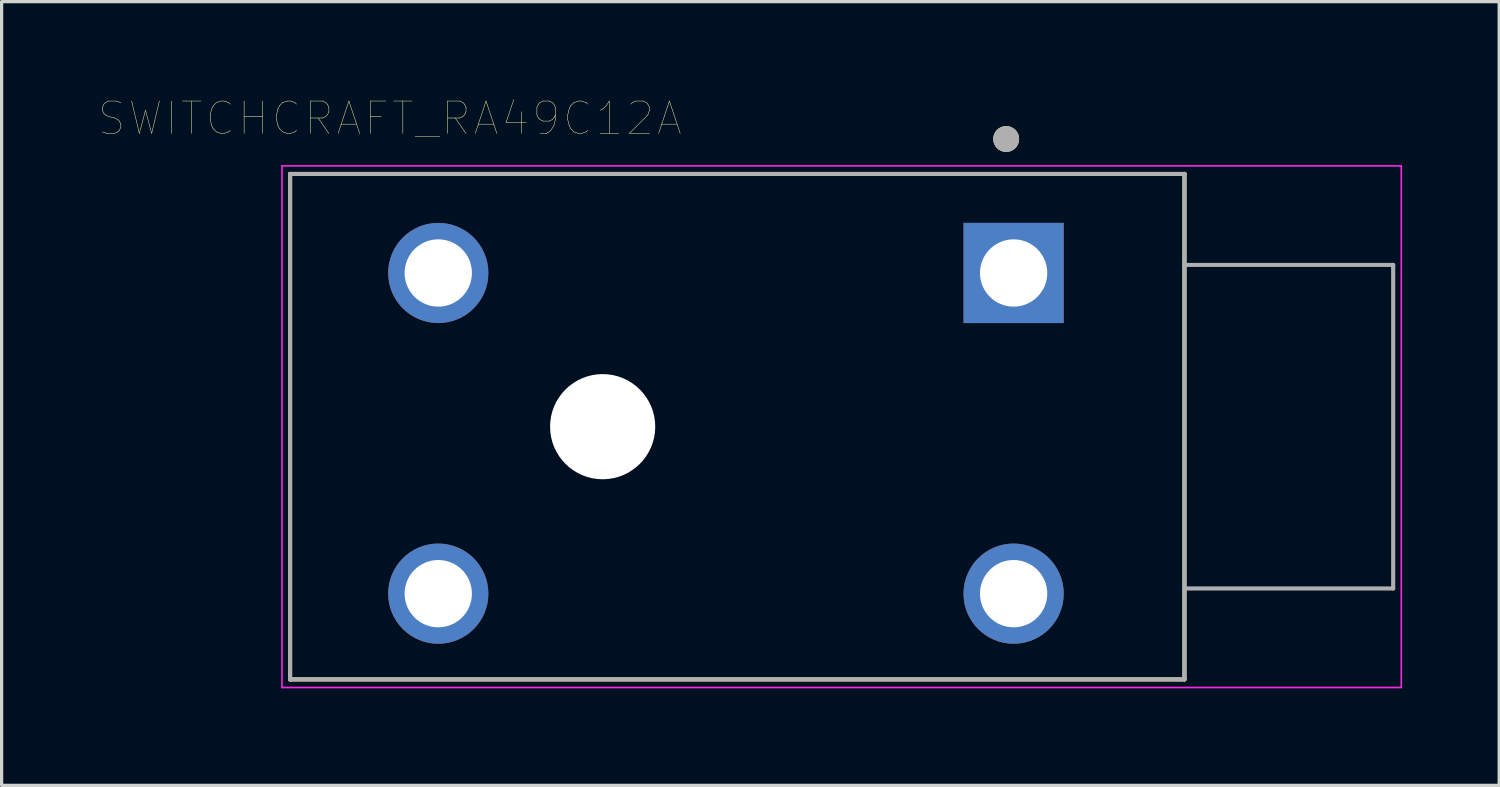
<source format=kicad_pcb>
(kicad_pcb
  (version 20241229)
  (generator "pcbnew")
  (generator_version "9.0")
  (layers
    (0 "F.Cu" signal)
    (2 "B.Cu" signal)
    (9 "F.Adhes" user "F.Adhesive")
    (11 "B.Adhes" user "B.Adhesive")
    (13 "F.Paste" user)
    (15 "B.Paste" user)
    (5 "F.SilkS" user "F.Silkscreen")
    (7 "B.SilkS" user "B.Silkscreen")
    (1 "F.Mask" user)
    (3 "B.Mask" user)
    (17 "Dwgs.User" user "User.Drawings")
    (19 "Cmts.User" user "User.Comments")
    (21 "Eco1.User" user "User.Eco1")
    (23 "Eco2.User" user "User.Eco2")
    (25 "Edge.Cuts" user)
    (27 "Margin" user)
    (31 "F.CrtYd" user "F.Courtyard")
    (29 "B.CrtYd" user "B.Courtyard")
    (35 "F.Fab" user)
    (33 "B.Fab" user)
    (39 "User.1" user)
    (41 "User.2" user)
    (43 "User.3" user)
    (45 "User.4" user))
  (footprint "SWITCHCRAFT_RA49C12A"
    (layer "F.Cu")
    (at 22.964 10.136)
    (property "Reference" "SWITCHCRAFT_RA49C12A" (at -13.97 -9.525 0) (layer "F.SilkS") (effects (font (size 1 1) (thickness 0.015))))
    (attr through_hole)
    (fp_line (start -17.05 -7.81) (end -17.05 7.81) (stroke (width 0.127) (type solid)) (layer "F.SilkS"))
    (fp_line (start -17.05 7.81) (end 10.59 7.81) (stroke (width 0.127) (type solid)) (layer "F.SilkS"))
    (fp_line (start 10.59 -7.81) (end -17.05 -7.81) (stroke (width 0.127) (type solid)) (layer "F.SilkS"))
    (fp_line (start 10.59 7.81) (end 10.59 -7.81) (stroke (width 0.127) (type solid)) (layer "F.SilkS"))
    (fp_circle (center 5.08 -8.89) (end 5.28 -8.89) (stroke (width 0.4) (type solid)) (fill no) (layer "F.SilkS"))
    (fp_line (start -17.3 -8.06) (end 17.29 -8.06) (stroke (width 0.05) (type solid)) (layer "F.CrtYd"))
    (fp_line (start -17.3 8.06) (end -17.3 -8.06) (stroke (width 0.05) (type solid)) (layer "F.CrtYd"))
    (fp_line (start 17.29 -8.06) (end 17.29 8.06) (stroke (width 0.05) (type solid)) (layer "F.CrtYd"))
    (fp_line (start 17.29 8.06) (end -17.3 8.06) (stroke (width 0.05) (type solid)) (layer "F.CrtYd"))
    (fp_line (start -17.05 -7.81) (end -17.05 7.81) (stroke (width 0.127) (type solid)) (layer "F.Fab"))
    (fp_line (start -17.05 7.81) (end 10.59 7.81) (stroke (width 0.127) (type solid)) (layer "F.Fab"))
    (fp_line (start 10.59 -7.81) (end -17.05 -7.81) (stroke (width 0.127) (type solid)) (layer "F.Fab"))
    (fp_line (start 10.59 -5) (end 10.59 -7.81) (stroke (width 0.127) (type solid)) (layer "F.Fab"))
    (fp_line (start 10.59 5) (end 10.59 -5) (stroke (width 0.127) (type solid)) (layer "F.Fab"))
    (fp_line (start 10.59 7.81) (end 10.59 5) (stroke (width 0.127) (type solid)) (layer "F.Fab"))
    (fp_line (start 17.04 -5) (end 10.59 -5) (stroke (width 0.127) (type solid)) (layer "F.Fab"))
    (fp_line (start 17.04 -5) (end 17.04 5) (stroke (width 0.127) (type solid)) (layer "F.Fab"))
    (fp_line (start 17.04 5) (end 10.59 5) (stroke (width 0.127) (type solid)) (layer "F.Fab"))
    (fp_circle (center 5.08 -8.89) (end 5.28 -8.89) (stroke (width 0.4) (type solid)) (fill no) (layer "F.Fab"))
    (pad "" np_thru_hole circle (at -7.39 0) (size 3.25 3.25) (drill 3.25) (layers "*.Cu" "*.Mask"))
    (pad "S1" thru_hole rect (at 5.31 -4.75) (size 3.096 3.096) (drill 2.08) (layers "*.Cu" "*.Mask"))
    (pad "S2" thru_hole circle (at 5.31 5.16) (size 3.096 3.096) (drill 2.08) (layers "*.Cu" "*.Mask"))
    (pad "T" thru_hole circle (at -12.47 -4.75) (size 3.096 3.096) (drill 2.08) (layers "*.Cu" "*.Mask"))
    (pad "TB" thru_hole circle (at -12.47 5.16) (size 3.096 3.096) (drill 2.08) (layers "*.Cu" "*.Mask")))
  (gr_rect
    (start -3 -3)
    (end 43.279 21.221)
    (stroke (width 0.1) (type default))
    (fill no)
    (layer "Edge.Cuts")))
</source>
